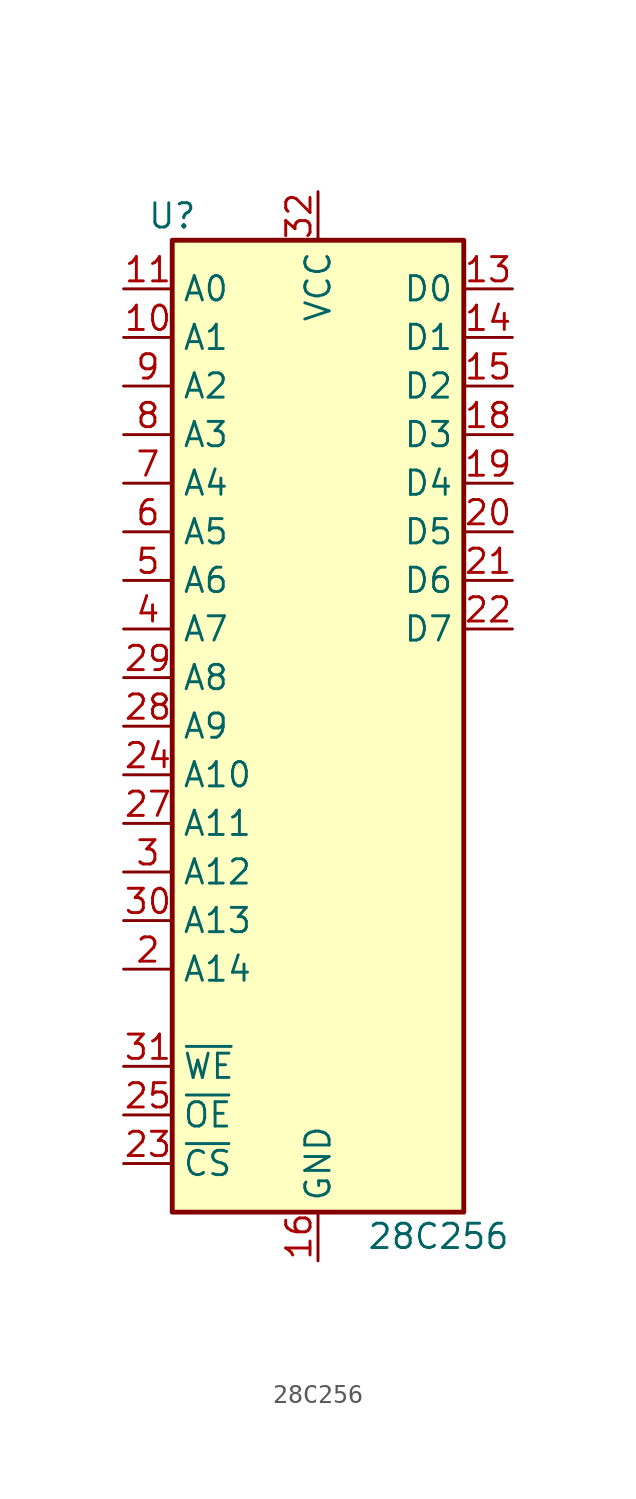
<source format=kicad_sym>
(kicad_symbol_lib
  (version 20241209)
  (generator "kicad_symbol_editor")
  (generator_version "9.0")
  (symbol "28C256"
    (property "Reference" "U"
      (at -7.62 26.67 0)
      (effects (font (size 1.27 1.27))))
    (property "Value" "28C256"
      (at 2.54 -26.67 0)
      (effects (font (size 1.27 1.27)) (justify left)))
    (symbol "28C256_1_0"
      (pin no_connect line (at 10.16 -7.62 180) (length 2.54) (hide yes) (name "NC" (effects (font (size 1.27 1.27)))) (number "26" (effects (font (size 1.27 1.27)))))
      (pin no_connect line (at 10.16 -10.16 180) (length 2.54) (hide yes) (name "DC" (effects (font (size 1.27 1.27)))) (number "17" (effects (font (size 1.27 1.27)))))
      (pin no_connect line (at 10.16 -12.7 180) (length 2.54) (hide yes) (name "NC" (effects (font (size 1.27 1.27)))) (number "12" (effects (font (size 1.27 1.27)))))
      (pin no_connect line (at 10.16 -15.24 180) (length 2.54) (hide yes) (name "DC" (effects (font (size 1.27 1.27)))) (number "1" (effects (font (size 1.27 1.27))))))
    (symbol "28C256_1_1"
      (rectangle (start -7.62 25.4) (end 7.62 -25.4) (stroke (width 0.254) (type default)) (fill (type background)))
      (pin input line (at -10.16 22.86 0) (length 2.54) (name "A0" (effects (font (size 1.27 1.27)))) (number "11" (effects (font (size 1.27 1.27)))))
      (pin input line (at -10.16 20.32 0) (length 2.54) (name "A1" (effects (font (size 1.27 1.27)))) (number "10" (effects (font (size 1.27 1.27)))))
      (pin input line (at -10.16 17.78 0) (length 2.54) (name "A2" (effects (font (size 1.27 1.27)))) (number "9" (effects (font (size 1.27 1.27)))))
      (pin input line (at -10.16 15.24 0) (length 2.54) (name "A3" (effects (font (size 1.27 1.27)))) (number "8" (effects (font (size 1.27 1.27)))))
      (pin input line (at -10.16 12.7 0) (length 2.54) (name "A4" (effects (font (size 1.27 1.27)))) (number "7" (effects (font (size 1.27 1.27)))))
      (pin input line (at -10.16 10.16 0) (length 2.54) (name "A5" (effects (font (size 1.27 1.27)))) (number "6" (effects (font (size 1.27 1.27)))))
      (pin input line (at -10.16 7.62 0) (length 2.54) (name "A6" (effects (font (size 1.27 1.27)))) (number "5" (effects (font (size 1.27 1.27)))))
      (pin input line (at -10.16 5.08 0) (length 2.54) (name "A7" (effects (font (size 1.27 1.27)))) (number "4" (effects (font (size 1.27 1.27)))))
      (pin input line (at -10.16 2.54 0) (length 2.54) (name "A8" (effects (font (size 1.27 1.27)))) (number "29" (effects (font (size 1.27 1.27)))))
      (pin input line (at -10.16 0 0) (length 2.54) (name "A9" (effects (font (size 1.27 1.27)))) (number "28" (effects (font (size 1.27 1.27)))))
      (pin input line (at -10.16 -2.54 0) (length 2.54) (name "A10" (effects (font (size 1.27 1.27)))) (number "24" (effects (font (size 1.27 1.27)))))
      (pin input line (at -10.16 -5.08 0) (length 2.54) (name "A11" (effects (font (size 1.27 1.27)))) (number "27" (effects (font (size 1.27 1.27)))))
      (pin input line (at -10.16 -7.62 0) (length 2.54) (name "A12" (effects (font (size 1.27 1.27)))) (number "3" (effects (font (size 1.27 1.27)))))
      (pin input line (at -10.16 -10.16 0) (length 2.54) (name "A13" (effects (font (size 1.27 1.27)))) (number "30" (effects (font (size 1.27 1.27)))))
      (pin input line (at -10.16 -12.7 0) (length 2.54) (name "A14" (effects (font (size 1.27 1.27)))) (number "2" (effects (font (size 1.27 1.27)))))
      (pin input line (at -10.16 -17.78 0) (length 2.54) (name "~{WE}" (effects (font (size 1.27 1.27)))) (number "31" (effects (font (size 1.27 1.27)))))
      (pin input line (at -10.16 -20.32 0) (length 2.54) (name "~{OE}" (effects (font (size 1.27 1.27)))) (number "25" (effects (font (size 1.27 1.27)))))
      (pin input line (at -10.16 -22.86 0) (length 2.54) (name "~{CS}" (effects (font (size 1.27 1.27)))) (number "23" (effects (font (size 1.27 1.27)))))
      (pin power_in line (at 0 27.94 270) (length 2.54) (name "VCC" (effects (font (size 1.27 1.27)))) (number "32" (effects (font (size 1.27 1.27)))))
      (pin power_in line (at 0 -27.94 90) (length 2.54) (name "GND" (effects (font (size 1.27 1.27)))) (number "16" (effects (font (size 1.27 1.27)))))
      (pin tri_state line (at 10.16 22.86 180) (length 2.54) (name "D0" (effects (font (size 1.27 1.27)))) (number "13" (effects (font (size 1.27 1.27)))))
      (pin tri_state line (at 10.16 20.32 180) (length 2.54) (name "D1" (effects (font (size 1.27 1.27)))) (number "14" (effects (font (size 1.27 1.27)))))
      (pin tri_state line (at 10.16 17.78 180) (length 2.54) (name "D2" (effects (font (size 1.27 1.27)))) (number "15" (effects (font (size 1.27 1.27)))))
      (pin tri_state line (at 10.16 15.24 180) (length 2.54) (name "D3" (effects (font (size 1.27 1.27)))) (number "18" (effects (font (size 1.27 1.27)))))
      (pin tri_state line (at 10.16 12.7 180) (length 2.54) (name "D4" (effects (font (size 1.27 1.27)))) (number "19" (effects (font (size 1.27 1.27)))))
      (pin tri_state line (at 10.16 10.16 180) (length 2.54) (name "D5" (effects (font (size 1.27 1.27)))) (number "20" (effects (font (size 1.27 1.27)))))
      (pin tri_state line (at 10.16 7.62 180) (length 2.54) (name "D6" (effects (font (size 1.27 1.27)))) (number "21" (effects (font (size 1.27 1.27)))))
      (pin tri_state line (at 10.16 5.08 180) (length 2.54) (name "D7" (effects (font (size 1.27 1.27)))) (number "22" (effects (font (size 1.27 1.27))))))))
</source>
